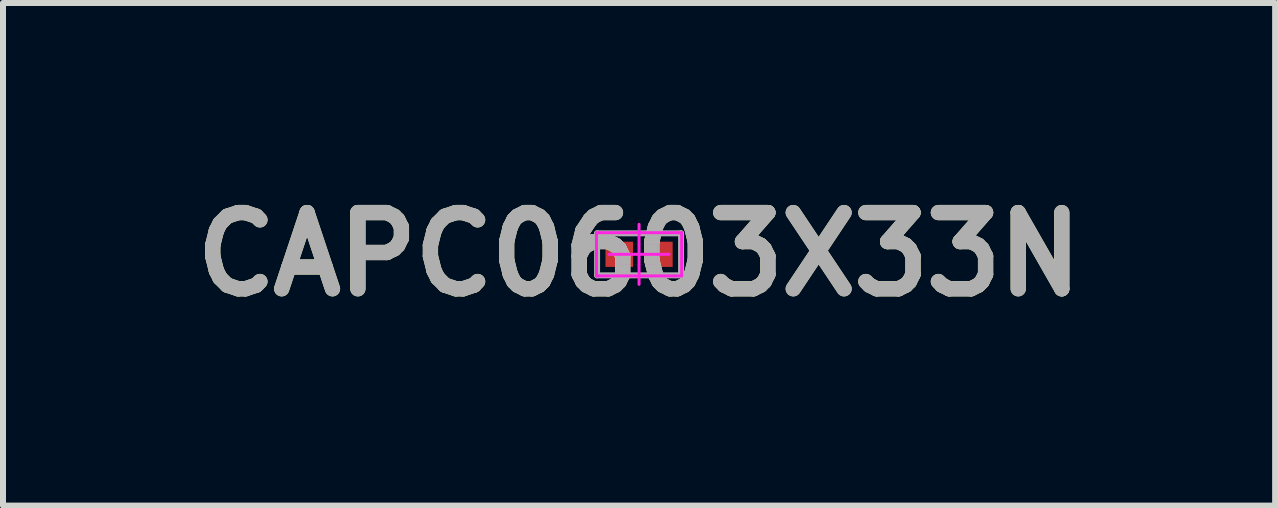
<source format=kicad_pcb>
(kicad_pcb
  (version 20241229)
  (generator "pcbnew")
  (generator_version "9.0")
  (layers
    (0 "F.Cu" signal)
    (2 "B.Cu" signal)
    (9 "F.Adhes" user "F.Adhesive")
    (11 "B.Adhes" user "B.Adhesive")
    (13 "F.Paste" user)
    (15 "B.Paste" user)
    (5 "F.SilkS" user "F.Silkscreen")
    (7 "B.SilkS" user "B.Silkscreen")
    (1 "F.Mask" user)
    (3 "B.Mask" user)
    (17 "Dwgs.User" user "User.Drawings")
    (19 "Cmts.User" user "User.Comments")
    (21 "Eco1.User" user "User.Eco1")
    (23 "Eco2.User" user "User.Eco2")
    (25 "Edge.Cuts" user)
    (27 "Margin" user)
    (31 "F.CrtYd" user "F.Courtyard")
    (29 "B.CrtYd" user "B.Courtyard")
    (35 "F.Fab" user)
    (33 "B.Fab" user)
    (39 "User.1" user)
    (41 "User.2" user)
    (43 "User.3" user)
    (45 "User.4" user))
  (footprint "CAPC0603X33N"
    (layer "F.Cu")
    (at 7.602 1.189)
    (property "Reference" "CAPC0603X33N" (at 0 0 0) (layer "F.SilkS") (effects (font (size 1.27 1.27) (thickness 0.254))))
    (attr smd)
    (fp_line (start -0.71 -0.36) (end -0.71 0.36) (stroke (width 0.05) (type solid)) (layer "F.CrtYd"))
    (fp_line (start -0.71 0.36) (end 0.71 0.36) (stroke (width 0.05) (type solid)) (layer "F.CrtYd"))
    (fp_line (start -0.5 0) (end 0.5 0) (stroke (width 0.05) (type solid)) (layer "F.CrtYd"))
    (fp_line (start -0.315 -0.165) (end -0.315 0.165) (stroke (width 0.001) (type solid)) (layer "F.CrtYd"))
    (fp_line (start -0.315 0.165) (end 0.315 0.165) (stroke (width 0.001) (type solid)) (layer "F.CrtYd"))
    (fp_line (start 0 0.5) (end 0 -0.5) (stroke (width 0.05) (type solid)) (layer "F.CrtYd"))
    (fp_line (start 0.315 -0.165) (end -0.315 -0.165) (stroke (width 0.001) (type solid)) (layer "F.CrtYd"))
    (fp_line (start 0.315 0.165) (end 0.315 -0.165) (stroke (width 0.001) (type solid)) (layer "F.CrtYd"))
    (fp_line (start 0.71 -0.36) (end -0.71 -0.36) (stroke (width 0.05) (type solid)) (layer "F.CrtYd"))
    (fp_line (start 0.71 0.36) (end 0.71 -0.36) (stroke (width 0.05) (type solid)) (layer "F.CrtYd"))
    (fp_line (start -0.7 -0.35) (end -0.7 0.35) (stroke (width 0.1) (type solid)) (layer "F.Fab"))
    (fp_line (start -0.7 0.35) (end 0.7 0.35) (stroke (width 0.1) (type solid)) (layer "F.Fab"))
    (fp_line (start 0.7 -0.35) (end -0.7 -0.35) (stroke (width 0.1) (type solid)) (layer "F.Fab"))
    (fp_line (start 0.7 0.35) (end 0.7 -0.35) (stroke (width 0.1) (type solid)) (layer "F.Fab"))
    (fp_text user "${REFERENCE}" (at 0 0 0) (layer "F.Fab") (effects (font (size 1.27 1.27) (thickness 0.254))))
    (pad "1" smd rect (at -0.33 0 90) (size 0.42 0.46) (layers "F.Cu" "F.Mask" "F.Paste"))
    (pad "2" smd rect (at 0.33 0 90) (size 0.42 0.46) (layers "F.Cu" "F.Mask" "F.Paste")))
  (gr_rect
    (start -3 -3)
    (end 18.204 5.377)
    (stroke (width 0.1) (type default))
    (fill no)
    (layer "Edge.Cuts")))
</source>
